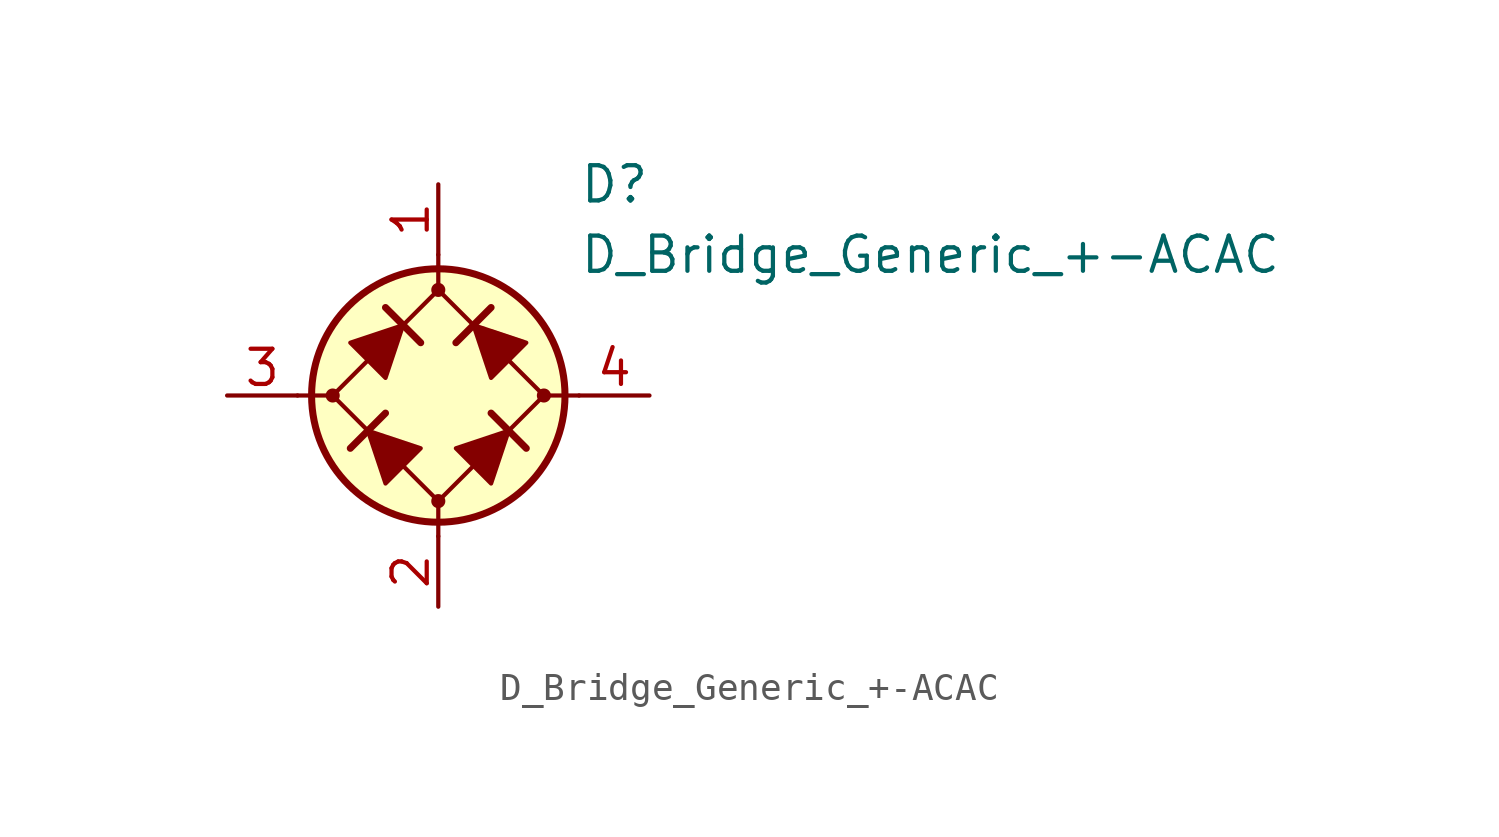
<source format=kicad_sym>
(kicad_symbol_lib
  (version 20231120)
  (generator "kicad_symbol_editor")
  (generator_version "8.0")
  (symbol "D_Bridge_Generic_+-ACAC"
    (pin_names
      (offset 1.016) hide)
    (property "Reference" "D"
      (at 5.08 7.62 0)
      (effects (font (size 1.27 1.27)) (justify left)))
    (property "Value" "D_Bridge_Generic_+-ACAC"
      (at 5.08 5.08 0)
      (effects (font (size 1.27 1.27)) (justify left)))
    (symbol "D_Bridge_Generic_+-ACAC_0_1"
      (circle (center -3.81 0) (radius 0.178) (stroke (width 0) (type default)) (fill (type outline)))
      (polyline (pts (xy -5.08 0) (xy -3.81 0)) (stroke (width 0) (type default)) (fill (type none)))
      (polyline (pts (xy -1.905 -0.635) (xy -3.175 -1.905)) (stroke (width 0.254) (type default)) (fill (type none)))
      (polyline (pts (xy -1.905 3.175) (xy -0.635 1.905)) (stroke (width 0.254) (type default)) (fill (type none)))
      (polyline (pts (xy 0 -5.08) (xy 0 -3.81)) (stroke (width 0) (type default)) (fill (type none)))
      (polyline (pts (xy 0 5.08) (xy 0 3.81)) (stroke (width 0) (type default)) (fill (type none)))
      (polyline (pts (xy 1.905 3.175) (xy 0.635 1.905)) (stroke (width 0.254) (type default)) (fill (type none)))
      (polyline (pts (xy 3.175 -1.905) (xy 1.905 -0.635)) (stroke (width 0.254) (type default)) (fill (type none)))
      (polyline (pts (xy 5.08 0) (xy 3.81 0)) (stroke (width 0) (type default)) (fill (type none)))
      (polyline (pts (xy -2.54 -1.27) (xy -1.905 -3.175) (xy -0.635 -1.905) (xy -2.54 -1.27)) (stroke (width 0) (type default)) (fill (type outline)))
      (polyline (pts (xy -1.27 2.54) (xy -1.905 0.635) (xy -3.175 1.905) (xy -1.27 2.54)) (stroke (width 0) (type default)) (fill (type outline)))
      (polyline (pts (xy 1.27 2.54) (xy 3.175 1.905) (xy 1.905 0.635) (xy 1.27 2.54)) (stroke (width 0) (type default)) (fill (type outline)))
      (polyline (pts (xy 2.54 -1.27) (xy 0.635 -1.905) (xy 1.905 -3.175) (xy 2.54 -1.27)) (stroke (width 0) (type default)) (fill (type outline)))
      (polyline (pts (xy 0 3.81) (xy -3.81 0) (xy 0 -3.81) (xy 3.81 0) (xy 0 3.81)) (stroke (width 0) (type default)) (fill (type none)))
      (circle (center 0 0) (radius 4.572) (stroke (width 0.254) (type default)) (fill (type background))))
    (symbol "D_Bridge_Generic_+-ACAC_1_1"
      (circle (center 0 -3.81) (radius 0.178) (stroke (width 0) (type default)) (fill (type outline)))
      (circle (center 0 3.81) (radius 0.178) (stroke (width 0) (type default)) (fill (type outline)))
      (circle (center 3.81 0) (radius 0.178) (stroke (width 0) (type default)) (fill (type outline)))
      (pin passive line (at 0 7.62 270) (length 2.54) (name "+" (effects (font (size 1.27 1.27)))) (number "1" (effects (font (size 1.27 1.27)))))
      (pin passive line (at 0 -7.62 90) (length 2.54) (name "-" (effects (font (size 1.27 1.27)))) (number "2" (effects (font (size 1.27 1.27)))))
      (pin passive line (at -7.62 0 0) (length 2.54) (name "1" (effects (font (size 1.27 1.27)))) (number "3" (effects (font (size 1.27 1.27)))))
      (pin passive line (at 7.62 0 180) (length 2.54) (name "2" (effects (font (size 1.27 1.27)))) (number "4" (effects (font (size 1.27 1.27))))))))
</source>
